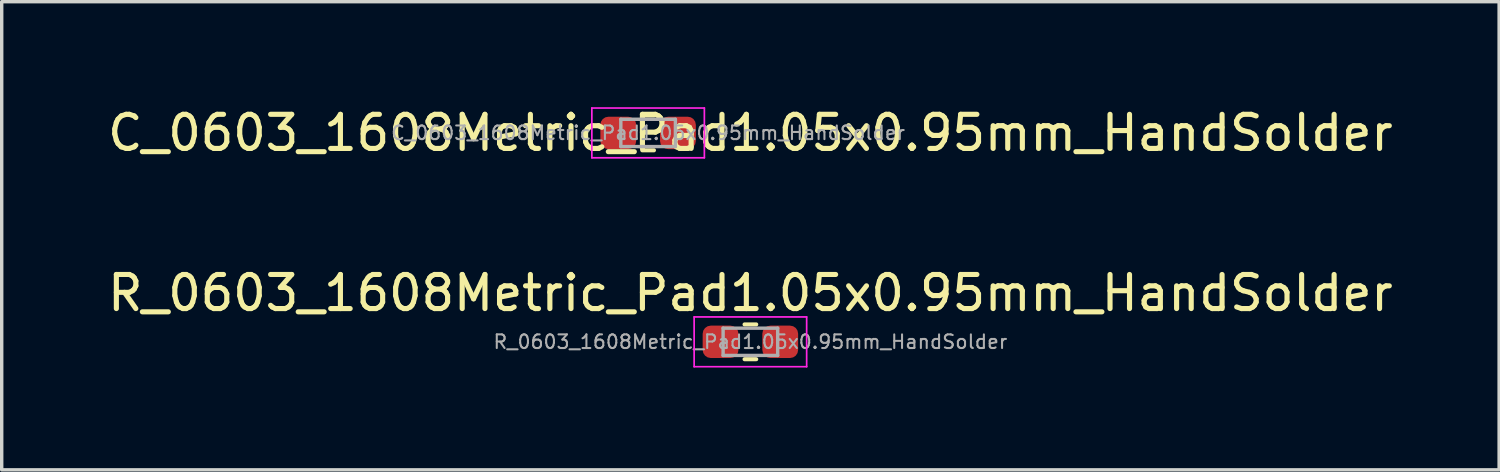
<source format=kicad_pcb>
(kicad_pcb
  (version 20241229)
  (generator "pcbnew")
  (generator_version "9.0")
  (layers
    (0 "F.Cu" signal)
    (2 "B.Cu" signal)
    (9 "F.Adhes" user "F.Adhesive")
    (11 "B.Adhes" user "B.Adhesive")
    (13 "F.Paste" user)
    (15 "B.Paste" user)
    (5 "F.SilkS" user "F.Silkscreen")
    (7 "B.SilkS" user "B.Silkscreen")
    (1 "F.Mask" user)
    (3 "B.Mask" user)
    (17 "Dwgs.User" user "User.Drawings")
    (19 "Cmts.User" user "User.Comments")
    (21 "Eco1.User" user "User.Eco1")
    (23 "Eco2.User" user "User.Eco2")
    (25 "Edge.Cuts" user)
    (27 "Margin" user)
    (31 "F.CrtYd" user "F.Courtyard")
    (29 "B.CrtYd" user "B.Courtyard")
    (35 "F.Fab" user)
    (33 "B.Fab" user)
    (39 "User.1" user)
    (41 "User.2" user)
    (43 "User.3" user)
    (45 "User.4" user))
  (footprint "C_0603_1608Metric_Pad1.05x0.95mm_HandSolder"
    (layer "F.Cu")
    (at 15.958 0.848)
    (property "Reference" "C_0603_1608Metric_Pad1.05x0.95mm_HandSolder" (at 3 0 180) (layer "F.SilkS") (effects (font (size 1 1) (thickness 0.15))))
    (attr smd)
    (fp_line (start -0.171 -0.51) (end 0.171 -0.51) (stroke (width 0.12) (type solid)) (layer "F.SilkS"))
    (fp_line (start -0.171 0.51) (end 0.171 0.51) (stroke (width 0.12) (type solid)) (layer "F.SilkS"))
    (fp_line (start -1.65 -0.73) (end 1.65 -0.73) (stroke (width 0.05) (type solid)) (layer "F.CrtYd"))
    (fp_line (start -1.65 0.73) (end -1.65 -0.73) (stroke (width 0.05) (type solid)) (layer "F.CrtYd"))
    (fp_line (start 1.65 -0.73) (end 1.65 0.73) (stroke (width 0.05) (type solid)) (layer "F.CrtYd"))
    (fp_line (start 1.65 0.73) (end -1.65 0.73) (stroke (width 0.05) (type solid)) (layer "F.CrtYd"))
    (fp_line (start -0.8 -0.4) (end 0.8 -0.4) (stroke (width 0.1) (type solid)) (layer "F.Fab"))
    (fp_line (start -0.8 0.4) (end -0.8 -0.4) (stroke (width 0.1) (type solid)) (layer "F.Fab"))
    (fp_line (start 0.8 -0.4) (end 0.8 0.4) (stroke (width 0.1) (type solid)) (layer "F.Fab"))
    (fp_line (start 0.8 0.4) (end -0.8 0.4) (stroke (width 0.1) (type solid)) (layer "F.Fab"))
    (fp_text user "${REFERENCE}" (at 0 0 180) (layer "F.Fab") (effects (font (size 0.4 0.4) (thickness 0.06))))
    (pad "1" smd roundrect (at -0.875 0) (size 1.05 0.95) (layers "F.Cu" "F.Mask" "F.Paste") (roundrect_rratio 0.25))
    (pad "2" smd roundrect (at 0.875 0) (size 1.05 0.95) (layers "F.Cu" "F.Mask" "F.Paste") (roundrect_rratio 0.25)))
  (footprint "R_0603_1608Metric_Pad1.05x0.95mm_HandSolder"
    (layer "F.Cu")
    (at 18.958 6.975)
    (property "Reference" "R_0603_1608Metric_Pad1.05x0.95mm_HandSolder" (at 0 -1.43 0) (layer "F.SilkS") (effects (font (size 1 1) (thickness 0.15))))
    (attr smd)
    (fp_line (start -0.171 -0.51) (end 0.171 -0.51) (stroke (width 0.12) (type solid)) (layer "F.SilkS"))
    (fp_line (start -0.171 0.51) (end 0.171 0.51) (stroke (width 0.12) (type solid)) (layer "F.SilkS"))
    (fp_line (start -1.65 -0.73) (end 1.65 -0.73) (stroke (width 0.05) (type solid)) (layer "F.CrtYd"))
    (fp_line (start -1.65 0.73) (end -1.65 -0.73) (stroke (width 0.05) (type solid)) (layer "F.CrtYd"))
    (fp_line (start 1.65 -0.73) (end 1.65 0.73) (stroke (width 0.05) (type solid)) (layer "F.CrtYd"))
    (fp_line (start 1.65 0.73) (end -1.65 0.73) (stroke (width 0.05) (type solid)) (layer "F.CrtYd"))
    (fp_line (start -0.8 -0.4) (end 0.8 -0.4) (stroke (width 0.1) (type solid)) (layer "F.Fab"))
    (fp_line (start -0.8 0.4) (end -0.8 -0.4) (stroke (width 0.1) (type solid)) (layer "F.Fab"))
    (fp_line (start 0.8 -0.4) (end 0.8 0.4) (stroke (width 0.1) (type solid)) (layer "F.Fab"))
    (fp_line (start 0.8 0.4) (end -0.8 0.4) (stroke (width 0.1) (type solid)) (layer "F.Fab"))
    (fp_text user "${REFERENCE}" (at 0 0 0) (layer "F.Fab") (effects (font (size 0.4 0.4) (thickness 0.06))))
    (pad "1" smd roundrect (at -0.875 0) (size 1.05 0.95) (layers "F.Cu" "F.Mask" "F.Paste") (roundrect_rratio 0.25))
    (pad "2" smd roundrect (at 0.875 0) (size 1.05 0.95) (layers "F.Cu" "F.Mask" "F.Paste") (roundrect_rratio 0.25)))
  (gr_rect
    (start -3 -3)
    (end 40.917 10.73)
    (stroke (width 0.1) (type default))
    (fill no)
    (layer "Edge.Cuts")))
</source>
